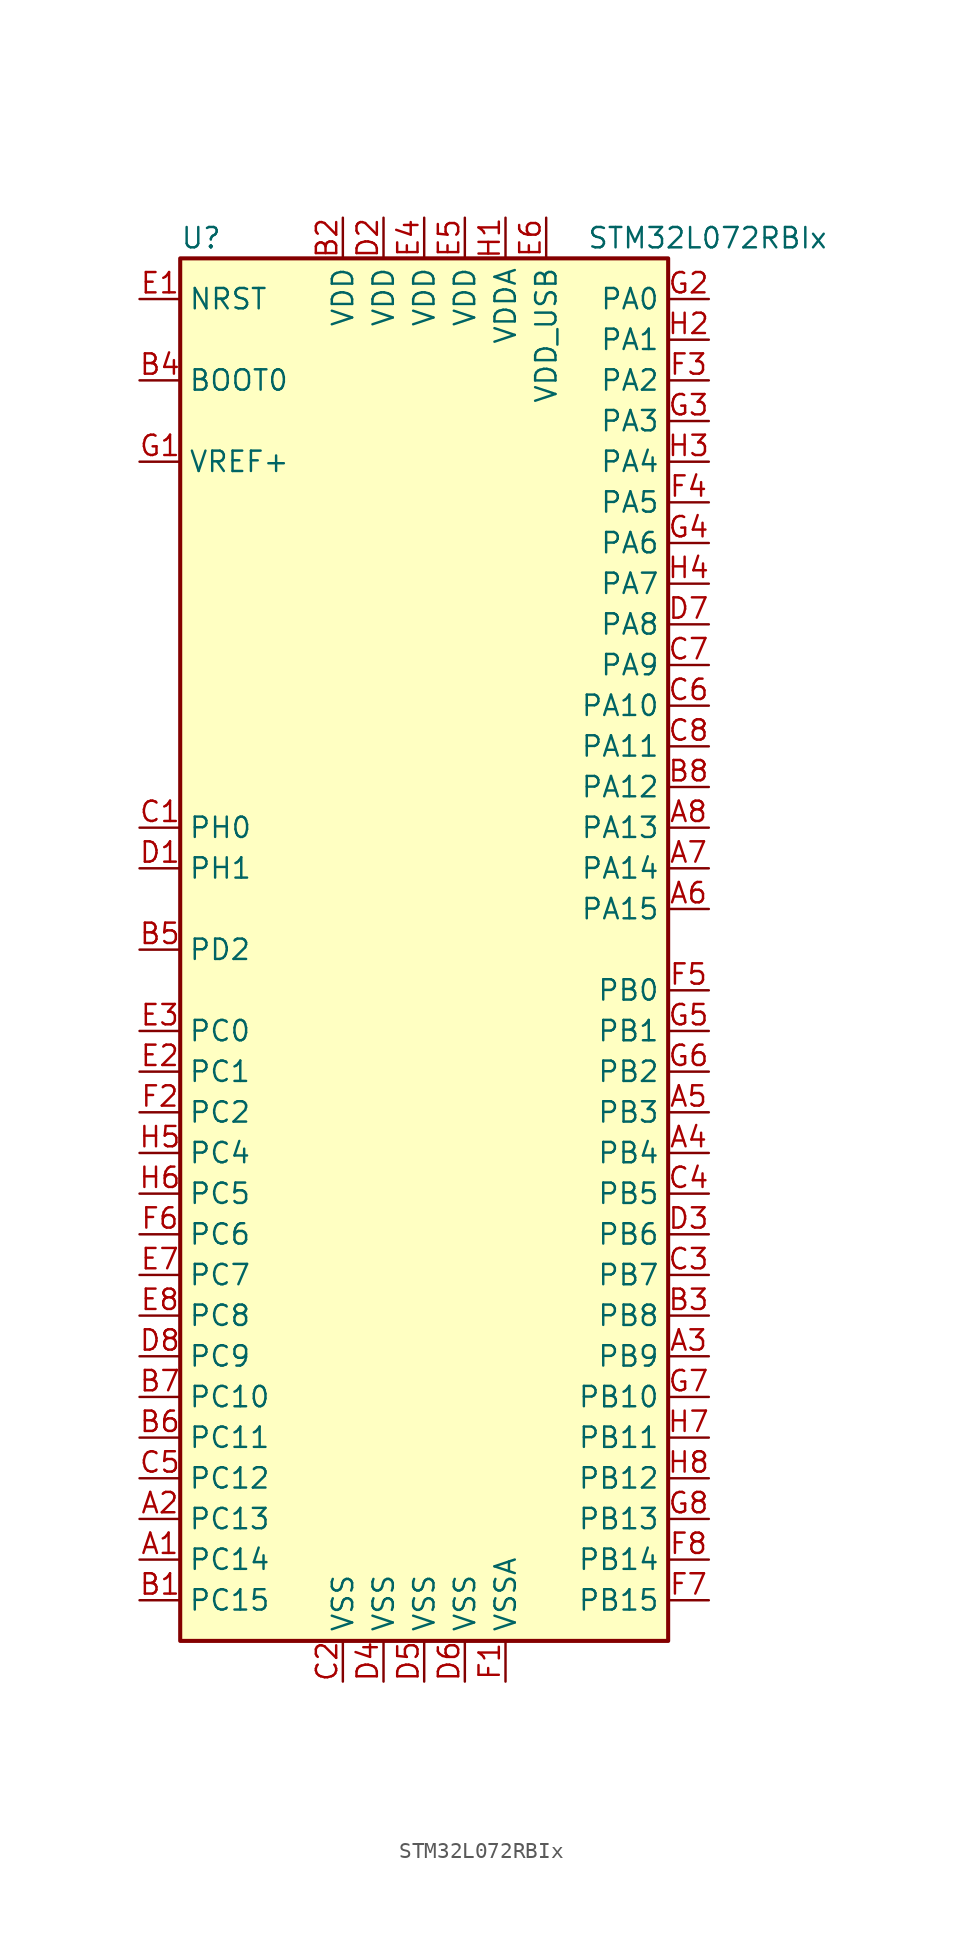
<source format=kicad_sym>
(kicad_symbol_lib
  (version 20201005)
  (generator kicad_symbol_editor)
  (symbol "STM32L072RBIx"
    (property "Reference" "U"
      (at -15.24 44.45 0)
      (effects (font (size 1.27 1.27)) (justify left)))
    (property "Value" "STM32L072RBIx"
      (at 10.16 44.45 0)
      (effects (font (size 1.27 1.27)) (justify left)))
    (symbol "STM32L072RBIx_0_1"
      (rectangle (start -15.24 -43.18) (end 15.24 43.18) (stroke (width 0.254)) (fill (type background))))
    (symbol "STM32L072RBIx_1_1"
      (pin bidirectional line (at -17.78 -38.1 0) (length 2.54) (name "PC14" (effects (font (size 1.27 1.27)))) (number "A1" (effects (font (size 1.27 1.27)))))
      (pin bidirectional line (at -17.78 -35.56 0) (length 2.54) (name "PC13" (effects (font (size 1.27 1.27)))) (number "A2" (effects (font (size 1.27 1.27)))))
      (pin bidirectional line (at 17.78 -25.4 180) (length 2.54) (name "PB9" (effects (font (size 1.27 1.27)))) (number "A3" (effects (font (size 1.27 1.27)))))
      (pin bidirectional line (at 17.78 -12.7 180) (length 2.54) (name "PB4" (effects (font (size 1.27 1.27)))) (number "A4" (effects (font (size 1.27 1.27)))))
      (pin bidirectional line (at 17.78 -10.16 180) (length 2.54) (name "PB3" (effects (font (size 1.27 1.27)))) (number "A5" (effects (font (size 1.27 1.27)))))
      (pin bidirectional line (at 17.78 2.54 180) (length 2.54) (name "PA15" (effects (font (size 1.27 1.27)))) (number "A6" (effects (font (size 1.27 1.27)))))
      (pin bidirectional line (at 17.78 5.08 180) (length 2.54) (name "PA14" (effects (font (size 1.27 1.27)))) (number "A7" (effects (font (size 1.27 1.27)))))
      (pin bidirectional line (at 17.78 7.62 180) (length 2.54) (name "PA13" (effects (font (size 1.27 1.27)))) (number "A8" (effects (font (size 1.27 1.27)))))
      (pin bidirectional line (at -17.78 -40.64 0) (length 2.54) (name "PC15" (effects (font (size 1.27 1.27)))) (number "B1" (effects (font (size 1.27 1.27)))))
      (pin power_in line (at -5.08 45.72 270) (length 2.54) (name "VDD" (effects (font (size 1.27 1.27)))) (number "B2" (effects (font (size 1.27 1.27)))))
      (pin bidirectional line (at 17.78 -22.86 180) (length 2.54) (name "PB8" (effects (font (size 1.27 1.27)))) (number "B3" (effects (font (size 1.27 1.27)))))
      (pin input line (at -17.78 35.56 0) (length 2.54) (name "BOOT0" (effects (font (size 1.27 1.27)))) (number "B4" (effects (font (size 1.27 1.27)))))
      (pin bidirectional line (at -17.78 0 0) (length 2.54) (name "PD2" (effects (font (size 1.27 1.27)))) (number "B5" (effects (font (size 1.27 1.27)))))
      (pin bidirectional line (at -17.78 -30.48 0) (length 2.54) (name "PC11" (effects (font (size 1.27 1.27)))) (number "B6" (effects (font (size 1.27 1.27)))))
      (pin bidirectional line (at -17.78 -27.94 0) (length 2.54) (name "PC10" (effects (font (size 1.27 1.27)))) (number "B7" (effects (font (size 1.27 1.27)))))
      (pin bidirectional line (at 17.78 10.16 180) (length 2.54) (name "PA12" (effects (font (size 1.27 1.27)))) (number "B8" (effects (font (size 1.27 1.27)))))
      (pin input line (at -17.78 7.62 0) (length 2.54) (name "PH0" (effects (font (size 1.27 1.27)))) (number "C1" (effects (font (size 1.27 1.27)))))
      (pin power_in line (at -5.08 -45.72 90) (length 2.54) (name "VSS" (effects (font (size 1.27 1.27)))) (number "C2" (effects (font (size 1.27 1.27)))))
      (pin bidirectional line (at 17.78 -20.32 180) (length 2.54) (name "PB7" (effects (font (size 1.27 1.27)))) (number "C3" (effects (font (size 1.27 1.27)))))
      (pin bidirectional line (at 17.78 -15.24 180) (length 2.54) (name "PB5" (effects (font (size 1.27 1.27)))) (number "C4" (effects (font (size 1.27 1.27)))))
      (pin bidirectional line (at -17.78 -33.02 0) (length 2.54) (name "PC12" (effects (font (size 1.27 1.27)))) (number "C5" (effects (font (size 1.27 1.27)))))
      (pin bidirectional line (at 17.78 15.24 180) (length 2.54) (name "PA10" (effects (font (size 1.27 1.27)))) (number "C6" (effects (font (size 1.27 1.27)))))
      (pin bidirectional line (at 17.78 17.78 180) (length 2.54) (name "PA9" (effects (font (size 1.27 1.27)))) (number "C7" (effects (font (size 1.27 1.27)))))
      (pin bidirectional line (at 17.78 12.7 180) (length 2.54) (name "PA11" (effects (font (size 1.27 1.27)))) (number "C8" (effects (font (size 1.27 1.27)))))
      (pin input line (at -17.78 5.08 0) (length 2.54) (name "PH1" (effects (font (size 1.27 1.27)))) (number "D1" (effects (font (size 1.27 1.27)))))
      (pin power_in line (at -2.54 45.72 270) (length 2.54) (name "VDD" (effects (font (size 1.27 1.27)))) (number "D2" (effects (font (size 1.27 1.27)))))
      (pin bidirectional line (at 17.78 -17.78 180) (length 2.54) (name "PB6" (effects (font (size 1.27 1.27)))) (number "D3" (effects (font (size 1.27 1.27)))))
      (pin power_in line (at -2.54 -45.72 90) (length 2.54) (name "VSS" (effects (font (size 1.27 1.27)))) (number "D4" (effects (font (size 1.27 1.27)))))
      (pin power_in line (at 0 -45.72 90) (length 2.54) (name "VSS" (effects (font (size 1.27 1.27)))) (number "D5" (effects (font (size 1.27 1.27)))))
      (pin power_in line (at 2.54 -45.72 90) (length 2.54) (name "VSS" (effects (font (size 1.27 1.27)))) (number "D6" (effects (font (size 1.27 1.27)))))
      (pin bidirectional line (at 17.78 20.32 180) (length 2.54) (name "PA8" (effects (font (size 1.27 1.27)))) (number "D7" (effects (font (size 1.27 1.27)))))
      (pin bidirectional line (at -17.78 -25.4 0) (length 2.54) (name "PC9" (effects (font (size 1.27 1.27)))) (number "D8" (effects (font (size 1.27 1.27)))))
      (pin input line (at -17.78 40.64 0) (length 2.54) (name "NRST" (effects (font (size 1.27 1.27)))) (number "E1" (effects (font (size 1.27 1.27)))))
      (pin bidirectional line (at -17.78 -7.62 0) (length 2.54) (name "PC1" (effects (font (size 1.27 1.27)))) (number "E2" (effects (font (size 1.27 1.27)))))
      (pin bidirectional line (at -17.78 -5.08 0) (length 2.54) (name "PC0" (effects (font (size 1.27 1.27)))) (number "E3" (effects (font (size 1.27 1.27)))))
      (pin power_in line (at 0 45.72 270) (length 2.54) (name "VDD" (effects (font (size 1.27 1.27)))) (number "E4" (effects (font (size 1.27 1.27)))))
      (pin power_in line (at 2.54 45.72 270) (length 2.54) (name "VDD" (effects (font (size 1.27 1.27)))) (number "E5" (effects (font (size 1.27 1.27)))))
      (pin power_in line (at 7.62 45.72 270) (length 2.54) (name "VDD_USB" (effects (font (size 1.27 1.27)))) (number "E6" (effects (font (size 1.27 1.27)))))
      (pin bidirectional line (at -17.78 -20.32 0) (length 2.54) (name "PC7" (effects (font (size 1.27 1.27)))) (number "E7" (effects (font (size 1.27 1.27)))))
      (pin bidirectional line (at -17.78 -22.86 0) (length 2.54) (name "PC8" (effects (font (size 1.27 1.27)))) (number "E8" (effects (font (size 1.27 1.27)))))
      (pin power_in line (at 5.08 -45.72 90) (length 2.54) (name "VSSA" (effects (font (size 1.27 1.27)))) (number "F1" (effects (font (size 1.27 1.27)))))
      (pin bidirectional line (at -17.78 -10.16 0) (length 2.54) (name "PC2" (effects (font (size 1.27 1.27)))) (number "F2" (effects (font (size 1.27 1.27)))))
      (pin bidirectional line (at 17.78 35.56 180) (length 2.54) (name "PA2" (effects (font (size 1.27 1.27)))) (number "F3" (effects (font (size 1.27 1.27)))))
      (pin bidirectional line (at 17.78 27.94 180) (length 2.54) (name "PA5" (effects (font (size 1.27 1.27)))) (number "F4" (effects (font (size 1.27 1.27)))))
      (pin bidirectional line (at 17.78 -2.54 180) (length 2.54) (name "PB0" (effects (font (size 1.27 1.27)))) (number "F5" (effects (font (size 1.27 1.27)))))
      (pin bidirectional line (at -17.78 -17.78 0) (length 2.54) (name "PC6" (effects (font (size 1.27 1.27)))) (number "F6" (effects (font (size 1.27 1.27)))))
      (pin bidirectional line (at 17.78 -40.64 180) (length 2.54) (name "PB15" (effects (font (size 1.27 1.27)))) (number "F7" (effects (font (size 1.27 1.27)))))
      (pin bidirectional line (at 17.78 -38.1 180) (length 2.54) (name "PB14" (effects (font (size 1.27 1.27)))) (number "F8" (effects (font (size 1.27 1.27)))))
      (pin power_in line (at -17.78 30.48 0) (length 2.54) (name "VREF+" (effects (font (size 1.27 1.27)))) (number "G1" (effects (font (size 1.27 1.27)))))
      (pin bidirectional line (at 17.78 40.64 180) (length 2.54) (name "PA0" (effects (font (size 1.27 1.27)))) (number "G2" (effects (font (size 1.27 1.27)))))
      (pin bidirectional line (at 17.78 33.02 180) (length 2.54) (name "PA3" (effects (font (size 1.27 1.27)))) (number "G3" (effects (font (size 1.27 1.27)))))
      (pin bidirectional line (at 17.78 25.4 180) (length 2.54) (name "PA6" (effects (font (size 1.27 1.27)))) (number "G4" (effects (font (size 1.27 1.27)))))
      (pin bidirectional line (at 17.78 -5.08 180) (length 2.54) (name "PB1" (effects (font (size 1.27 1.27)))) (number "G5" (effects (font (size 1.27 1.27)))))
      (pin bidirectional line (at 17.78 -7.62 180) (length 2.54) (name "PB2" (effects (font (size 1.27 1.27)))) (number "G6" (effects (font (size 1.27 1.27)))))
      (pin bidirectional line (at 17.78 -27.94 180) (length 2.54) (name "PB10" (effects (font (size 1.27 1.27)))) (number "G7" (effects (font (size 1.27 1.27)))))
      (pin bidirectional line (at 17.78 -35.56 180) (length 2.54) (name "PB13" (effects (font (size 1.27 1.27)))) (number "G8" (effects (font (size 1.27 1.27)))))
      (pin power_in line (at 5.08 45.72 270) (length 2.54) (name "VDDA" (effects (font (size 1.27 1.27)))) (number "H1" (effects (font (size 1.27 1.27)))))
      (pin bidirectional line (at 17.78 38.1 180) (length 2.54) (name "PA1" (effects (font (size 1.27 1.27)))) (number "H2" (effects (font (size 1.27 1.27)))))
      (pin bidirectional line (at 17.78 30.48 180) (length 2.54) (name "PA4" (effects (font (size 1.27 1.27)))) (number "H3" (effects (font (size 1.27 1.27)))))
      (pin bidirectional line (at 17.78 22.86 180) (length 2.54) (name "PA7" (effects (font (size 1.27 1.27)))) (number "H4" (effects (font (size 1.27 1.27)))))
      (pin bidirectional line (at -17.78 -12.7 0) (length 2.54) (name "PC4" (effects (font (size 1.27 1.27)))) (number "H5" (effects (font (size 1.27 1.27)))))
      (pin bidirectional line (at -17.78 -15.24 0) (length 2.54) (name "PC5" (effects (font (size 1.27 1.27)))) (number "H6" (effects (font (size 1.27 1.27)))))
      (pin bidirectional line (at 17.78 -30.48 180) (length 2.54) (name "PB11" (effects (font (size 1.27 1.27)))) (number "H7" (effects (font (size 1.27 1.27)))))
      (pin bidirectional line (at 17.78 -33.02 180) (length 2.54) (name "PB12" (effects (font (size 1.27 1.27)))) (number "H8" (effects (font (size 1.27 1.27))))))))
</source>
